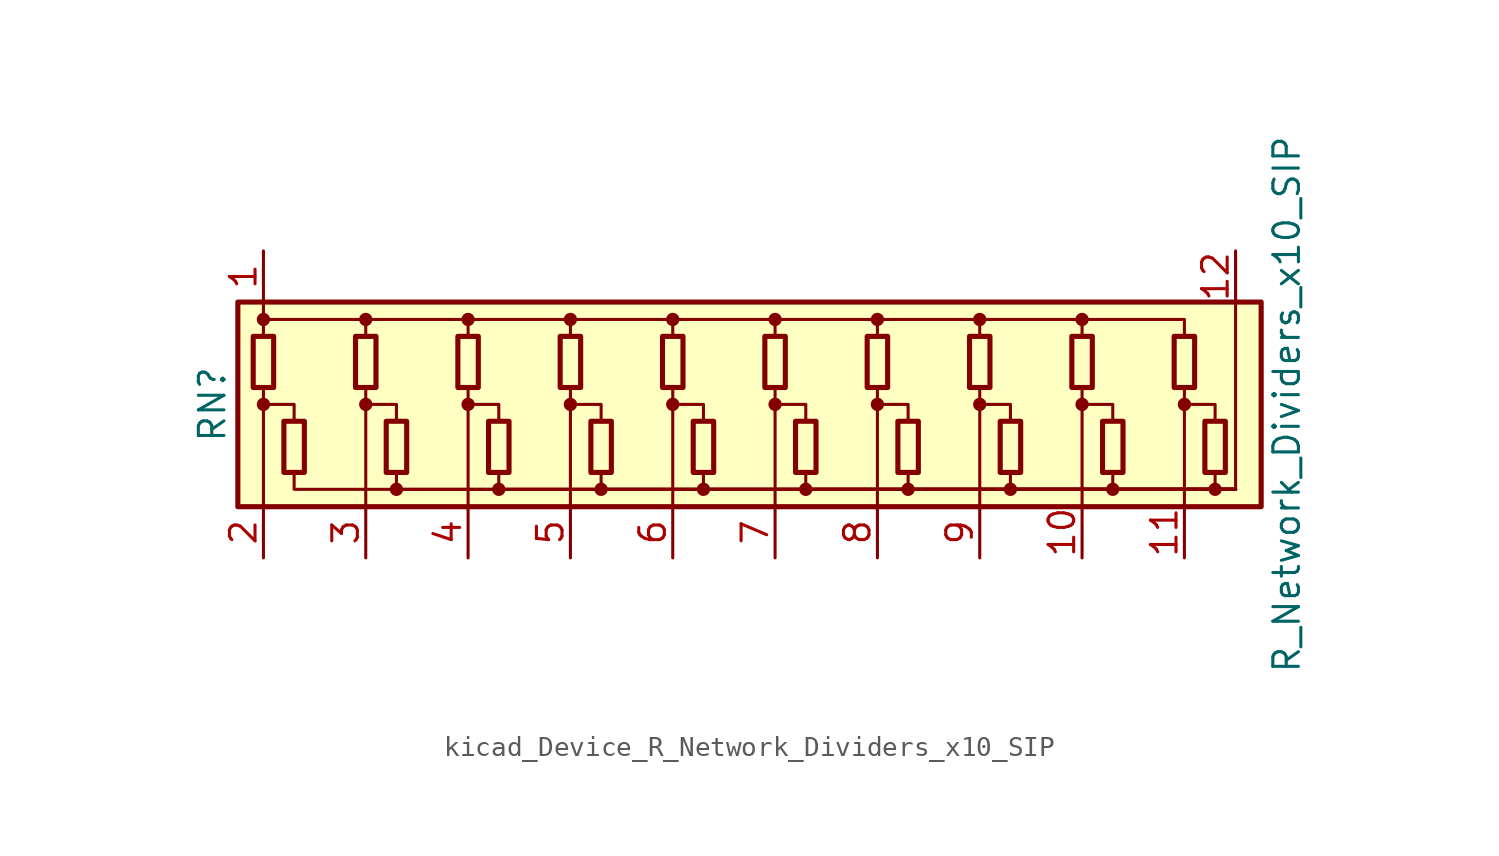
<source format=kicad_sym>
(kicad_symbol_lib
  (version 20220914)
  (generator kicad_symbol_editor)
  (symbol "kicad_Device_R_Network_Dividers_x10_SIP"
    (pin_names
      (offset 0) hide)
    (property "Reference" "RN"
      (at -27.94 0 90)
      (effects (font (size 1.27 1.27))))
    (property "Value" "R_Network_Dividers_x10_SIP"
      (at 25.4 0 90)
      (effects (font (size 1.27 1.27))))
    (symbol "kicad_Device_R_Network_Dividers_x10_SIP_0_1"
      (rectangle (start -26.67 -5.08) (end 24.13 5.08) (stroke (width 0.254) (type default)) (fill (type background)))
      (rectangle (start -25.908 3.378) (end -24.892 0.838) (stroke (width 0.254) (type default)) (fill (type none)))
      (circle (center -25.4 0) (radius 0.254) (stroke (width 0) (type default)) (fill (type outline)))
      (circle (center -25.4 4.216) (radius 0.254) (stroke (width 0) (type default)) (fill (type outline)))
      (rectangle (start -24.384 -3.378) (end -23.368 -0.838) (stroke (width 0.254) (type default)) (fill (type none)))
      (rectangle (start -20.828 3.378) (end -19.812 0.838) (stroke (width 0.254) (type default)) (fill (type none)))
      (circle (center -20.32 0) (radius 0.254) (stroke (width 0) (type default)) (fill (type outline)))
      (circle (center -20.32 4.216) (radius 0.254) (stroke (width 0) (type default)) (fill (type outline)))
      (rectangle (start -19.304 -3.378) (end -18.288 -0.838) (stroke (width 0.254) (type default)) (fill (type none)))
      (circle (center -18.796 -4.216) (radius 0.254) (stroke (width 0) (type default)) (fill (type outline)))
      (rectangle (start -15.748 3.378) (end -14.732 0.838) (stroke (width 0.254) (type default)) (fill (type none)))
      (circle (center -15.24 0) (radius 0.254) (stroke (width 0) (type default)) (fill (type outline)))
      (circle (center -15.24 4.216) (radius 0.254) (stroke (width 0) (type default)) (fill (type outline)))
      (rectangle (start -14.224 -3.378) (end -13.208 -0.838) (stroke (width 0.254) (type default)) (fill (type none)))
      (circle (center -13.716 -4.216) (radius 0.254) (stroke (width 0) (type default)) (fill (type outline)))
      (rectangle (start -10.668 3.378) (end -9.652 0.838) (stroke (width 0.254) (type default)) (fill (type none)))
      (circle (center -10.16 0) (radius 0.254) (stroke (width 0) (type default)) (fill (type outline)))
      (circle (center -10.16 4.216) (radius 0.254) (stroke (width 0) (type default)) (fill (type outline)))
      (rectangle (start -9.144 -3.378) (end -8.128 -0.838) (stroke (width 0.254) (type default)) (fill (type none)))
      (circle (center -8.636 -4.216) (radius 0.254) (stroke (width 0) (type default)) (fill (type outline)))
      (rectangle (start -5.588 3.378) (end -4.572 0.838) (stroke (width 0.254) (type default)) (fill (type none)))
      (circle (center -5.08 0) (radius 0.254) (stroke (width 0) (type default)) (fill (type outline)))
      (circle (center -5.08 4.216) (radius 0.254) (stroke (width 0) (type default)) (fill (type outline)))
      (rectangle (start -4.064 -3.378) (end -3.048 -0.838) (stroke (width 0.254) (type default)) (fill (type none)))
      (circle (center -3.556 -4.216) (radius 0.254) (stroke (width 0) (type default)) (fill (type outline)))
      (rectangle (start -0.508 3.378) (end 0.508 0.838) (stroke (width 0.254) (type default)) (fill (type none)))
      (polyline (pts (xy -25.4 -5.08) (xy -25.4 0.838)) (stroke (width 0) (type default)) (fill (type none)))
      (polyline (pts (xy -25.4 5.08) (xy -25.4 3.378)) (stroke (width 0) (type default)) (fill (type none)))
      (polyline (pts (xy -20.32 -5.08) (xy -20.32 0.838)) (stroke (width 0) (type default)) (fill (type none)))
      (polyline (pts (xy -15.24 -5.08) (xy -15.24 0.838)) (stroke (width 0) (type default)) (fill (type none)))
      (polyline (pts (xy -10.16 -5.08) (xy -10.16 0.838)) (stroke (width 0) (type default)) (fill (type none)))
      (polyline (pts (xy -5.08 -5.08) (xy -5.08 0.838)) (stroke (width 0) (type default)) (fill (type none)))
      (polyline (pts (xy 0 -5.08) (xy 0 0.838)) (stroke (width 0) (type default)) (fill (type none)))
      (polyline (pts (xy 5.08 -5.08) (xy 5.08 0.838)) (stroke (width 0) (type default)) (fill (type none)))
      (polyline (pts (xy 10.16 -5.08) (xy 10.16 0.838)) (stroke (width 0) (type default)) (fill (type none)))
      (polyline (pts (xy 15.24 -5.08) (xy 15.24 0.838)) (stroke (width 0) (type default)) (fill (type none)))
      (polyline (pts (xy 20.32 -5.08) (xy 20.32 0.838)) (stroke (width 0) (type default)) (fill (type none)))
      (polyline (pts (xy 22.86 -4.216) (xy 22.86 5.08)) (stroke (width 0) (type default)) (fill (type none)))
      (polyline (pts (xy -25.4 0) (xy -23.876 0) (xy -23.876 -0.838)) (stroke (width 0) (type default)) (fill (type none)))
      (polyline (pts (xy -25.4 4.216) (xy -20.32 4.216) (xy -20.32 3.378)) (stroke (width 0) (type default)) (fill (type none)))
      (polyline (pts (xy -23.876 -3.378) (xy -23.876 -4.216) (xy 22.86 -4.216)) (stroke (width 0) (type default)) (fill (type none)))
      (polyline (pts (xy -20.32 0) (xy -18.796 0) (xy -18.796 -0.838)) (stroke (width 0) (type default)) (fill (type none)))
      (polyline (pts (xy -20.32 4.216) (xy -15.24 4.216) (xy -15.24 3.378)) (stroke (width 0) (type default)) (fill (type none)))
      (polyline (pts (xy -18.796 -3.378) (xy -18.796 -4.216) (xy 22.86 -4.216)) (stroke (width 0) (type default)) (fill (type none)))
      (polyline (pts (xy -15.24 0) (xy -13.716 0) (xy -13.716 -0.838)) (stroke (width 0) (type default)) (fill (type none)))
      (polyline (pts (xy -15.24 4.216) (xy -10.16 4.216) (xy -10.16 3.378)) (stroke (width 0) (type default)) (fill (type none)))
      (polyline (pts (xy -13.716 -3.378) (xy -13.716 -4.216) (xy 22.86 -4.216)) (stroke (width 0) (type default)) (fill (type none)))
      (polyline (pts (xy -10.16 0) (xy -8.636 0) (xy -8.636 -0.838)) (stroke (width 0) (type default)) (fill (type none)))
      (polyline (pts (xy -10.16 4.216) (xy -5.08 4.216) (xy -5.08 3.378)) (stroke (width 0) (type default)) (fill (type none)))
      (polyline (pts (xy -8.636 -3.378) (xy -8.636 -4.216) (xy 22.86 -4.216)) (stroke (width 0) (type default)) (fill (type none)))
      (polyline (pts (xy -5.08 0) (xy -3.556 0) (xy -3.556 -0.838)) (stroke (width 0) (type default)) (fill (type none)))
      (polyline (pts (xy -5.08 4.216) (xy 0 4.216) (xy 0 3.378)) (stroke (width 0) (type default)) (fill (type none)))
      (polyline (pts (xy -3.556 -3.378) (xy -3.556 -4.216) (xy 22.86 -4.216)) (stroke (width 0) (type default)) (fill (type none)))
      (polyline (pts (xy 0 0) (xy 1.524 0) (xy 1.524 -0.838)) (stroke (width 0) (type default)) (fill (type none)))
      (polyline (pts (xy 0 4.216) (xy 5.08 4.216) (xy 5.08 3.378)) (stroke (width 0) (type default)) (fill (type none)))
      (polyline (pts (xy 1.524 -3.378) (xy 1.524 -4.216) (xy 22.86 -4.216)) (stroke (width 0) (type default)) (fill (type none)))
      (polyline (pts (xy 5.08 0) (xy 6.604 0) (xy 6.604 -0.838)) (stroke (width 0) (type default)) (fill (type none)))
      (polyline (pts (xy 5.08 4.216) (xy 10.16 4.216) (xy 10.16 3.378)) (stroke (width 0) (type default)) (fill (type none)))
      (polyline (pts (xy 6.604 -3.378) (xy 6.604 -4.216) (xy 22.86 -4.216)) (stroke (width 0) (type default)) (fill (type none)))
      (polyline (pts (xy 10.16 0) (xy 11.684 0) (xy 11.684 -0.838)) (stroke (width 0) (type default)) (fill (type none)))
      (polyline (pts (xy 10.16 4.216) (xy 15.24 4.216) (xy 15.24 3.378)) (stroke (width 0) (type default)) (fill (type none)))
      (polyline (pts (xy 11.684 -3.378) (xy 11.684 -4.216) (xy 22.86 -4.216)) (stroke (width 0) (type default)) (fill (type none)))
      (polyline (pts (xy 15.24 0) (xy 16.764 0) (xy 16.764 -0.838)) (stroke (width 0) (type default)) (fill (type none)))
      (polyline (pts (xy 15.24 4.216) (xy 20.32 4.216) (xy 20.32 3.378)) (stroke (width 0) (type default)) (fill (type none)))
      (polyline (pts (xy 16.764 -3.378) (xy 16.764 -4.216) (xy 22.86 -4.216)) (stroke (width 0) (type default)) (fill (type none)))
      (polyline (pts (xy 20.32 0) (xy 21.844 0) (xy 21.844 -0.838)) (stroke (width 0) (type default)) (fill (type none)))
      (polyline (pts (xy 21.844 -3.378) (xy 21.844 -4.216) (xy 22.86 -4.216)) (stroke (width 0) (type default)) (fill (type none)))
      (circle (center 0 0) (radius 0.254) (stroke (width 0) (type default)) (fill (type outline)))
      (circle (center 0 4.216) (radius 0.254) (stroke (width 0) (type default)) (fill (type outline)))
      (rectangle (start 1.016 -3.378) (end 2.032 -0.838) (stroke (width 0.254) (type default)) (fill (type none)))
      (circle (center 1.524 -4.216) (radius 0.254) (stroke (width 0) (type default)) (fill (type outline)))
      (rectangle (start 4.572 3.378) (end 5.588 0.838) (stroke (width 0.254) (type default)) (fill (type none)))
      (circle (center 5.08 0) (radius 0.254) (stroke (width 0) (type default)) (fill (type outline)))
      (circle (center 5.08 4.216) (radius 0.254) (stroke (width 0) (type default)) (fill (type outline)))
      (rectangle (start 6.096 -3.378) (end 7.112 -0.838) (stroke (width 0.254) (type default)) (fill (type none)))
      (circle (center 6.604 -4.216) (radius 0.254) (stroke (width 0) (type default)) (fill (type outline)))
      (rectangle (start 9.652 3.378) (end 10.668 0.838) (stroke (width 0.254) (type default)) (fill (type none)))
      (circle (center 10.16 0) (radius 0.254) (stroke (width 0) (type default)) (fill (type outline)))
      (circle (center 10.16 4.216) (radius 0.254) (stroke (width 0) (type default)) (fill (type outline)))
      (rectangle (start 11.176 -3.378) (end 12.192 -0.838) (stroke (width 0.254) (type default)) (fill (type none)))
      (circle (center 11.684 -4.216) (radius 0.254) (stroke (width 0) (type default)) (fill (type outline)))
      (rectangle (start 14.732 3.378) (end 15.748 0.838) (stroke (width 0.254) (type default)) (fill (type none)))
      (circle (center 15.24 0) (radius 0.254) (stroke (width 0) (type default)) (fill (type outline)))
      (circle (center 15.24 4.216) (radius 0.254) (stroke (width 0) (type default)) (fill (type outline)))
      (rectangle (start 16.256 -3.378) (end 17.272 -0.838) (stroke (width 0.254) (type default)) (fill (type none)))
      (circle (center 16.764 -4.216) (radius 0.254) (stroke (width 0) (type default)) (fill (type outline)))
      (rectangle (start 19.812 3.378) (end 20.828 0.838) (stroke (width 0.254) (type default)) (fill (type none)))
      (circle (center 20.32 0) (radius 0.254) (stroke (width 0) (type default)) (fill (type outline)))
      (rectangle (start 21.336 -3.378) (end 22.352 -0.838) (stroke (width 0.254) (type default)) (fill (type none)))
      (circle (center 21.844 -4.216) (radius 0.254) (stroke (width 0) (type default)) (fill (type outline))))
    (symbol "kicad_Device_R_Network_Dividers_x10_SIP_1_1"
      (pin passive line (at -25.4 7.62 270) (length 2.54) (name "COM1" (effects (font (size 1.27 1.27)))) (number "1" (effects (font (size 1.27 1.27)))))
      (pin passive line (at 15.24 -7.62 90) (length 2.54) (name "R9" (effects (font (size 1.27 1.27)))) (number "10" (effects (font (size 1.27 1.27)))))
      (pin passive line (at 20.32 -7.62 90) (length 2.54) (name "R10" (effects (font (size 1.27 1.27)))) (number "11" (effects (font (size 1.27 1.27)))))
      (pin passive line (at 22.86 7.62 270) (length 2.54) (name "COM2" (effects (font (size 1.27 1.27)))) (number "12" (effects (font (size 1.27 1.27)))))
      (pin passive line (at -25.4 -7.62 90) (length 2.54) (name "R1" (effects (font (size 1.27 1.27)))) (number "2" (effects (font (size 1.27 1.27)))))
      (pin passive line (at -20.32 -7.62 90) (length 2.54) (name "R2" (effects (font (size 1.27 1.27)))) (number "3" (effects (font (size 1.27 1.27)))))
      (pin passive line (at -15.24 -7.62 90) (length 2.54) (name "R3" (effects (font (size 1.27 1.27)))) (number "4" (effects (font (size 1.27 1.27)))))
      (pin passive line (at -10.16 -7.62 90) (length 2.54) (name "R4" (effects (font (size 1.27 1.27)))) (number "5" (effects (font (size 1.27 1.27)))))
      (pin passive line (at -5.08 -7.62 90) (length 2.54) (name "R5" (effects (font (size 1.27 1.27)))) (number "6" (effects (font (size 1.27 1.27)))))
      (pin passive line (at 0 -7.62 90) (length 2.54) (name "R6" (effects (font (size 1.27 1.27)))) (number "7" (effects (font (size 1.27 1.27)))))
      (pin passive line (at 5.08 -7.62 90) (length 2.54) (name "R7" (effects (font (size 1.27 1.27)))) (number "8" (effects (font (size 1.27 1.27)))))
      (pin passive line (at 10.16 -7.62 90) (length 2.54) (name "R8" (effects (font (size 1.27 1.27)))) (number "9" (effects (font (size 1.27 1.27))))))))
</source>
